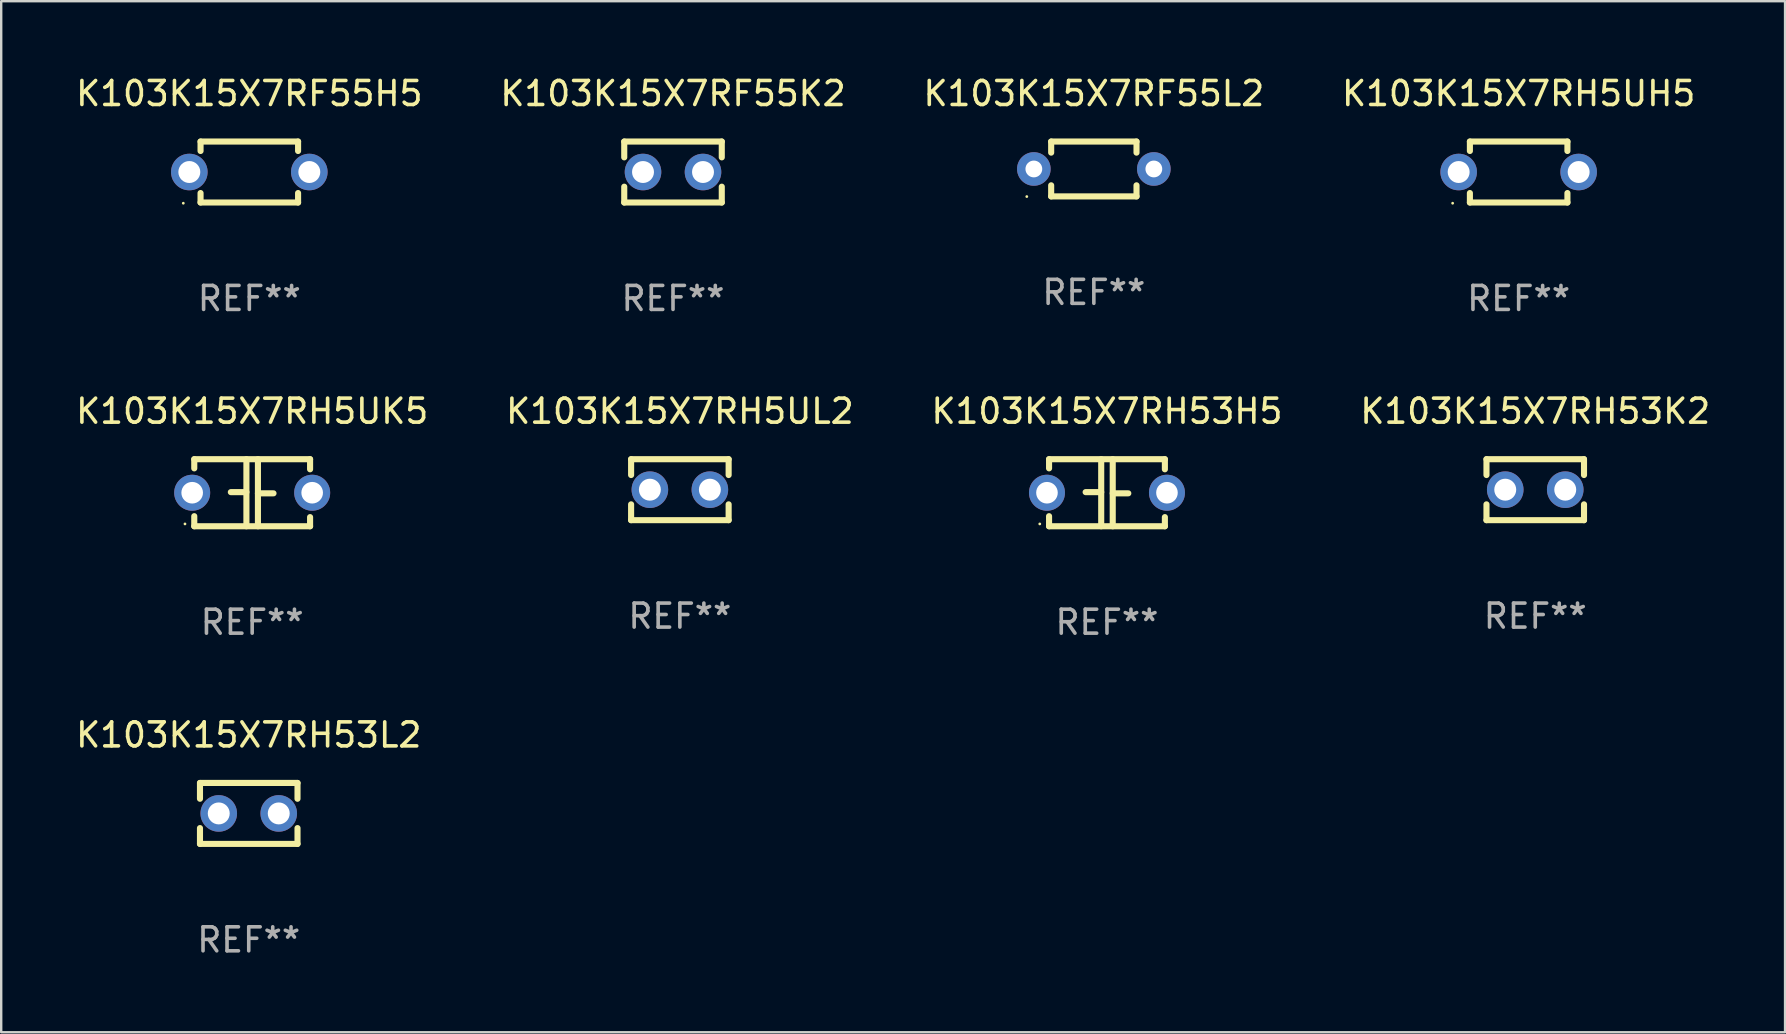
<source format=kicad_pcb>
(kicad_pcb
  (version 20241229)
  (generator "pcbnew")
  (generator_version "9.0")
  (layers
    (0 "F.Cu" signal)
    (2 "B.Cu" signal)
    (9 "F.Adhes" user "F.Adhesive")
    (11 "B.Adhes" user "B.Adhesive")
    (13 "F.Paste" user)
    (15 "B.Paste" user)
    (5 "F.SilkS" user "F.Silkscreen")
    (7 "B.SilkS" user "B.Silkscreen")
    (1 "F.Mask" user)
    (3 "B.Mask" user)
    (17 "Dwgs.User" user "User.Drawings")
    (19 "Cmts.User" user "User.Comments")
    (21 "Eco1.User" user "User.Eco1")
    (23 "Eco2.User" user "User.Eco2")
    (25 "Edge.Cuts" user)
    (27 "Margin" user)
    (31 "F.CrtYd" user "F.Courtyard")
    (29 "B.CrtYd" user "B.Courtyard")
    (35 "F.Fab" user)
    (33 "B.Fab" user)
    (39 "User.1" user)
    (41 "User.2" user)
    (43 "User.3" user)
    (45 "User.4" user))
  (footprint "K103K15X7RH5UH5"
    (layer "F.Cu")
    (at 60.232 4.118)
    (property "Reference" "K103K15X7RH5UH5" (at 0 -3.27 0) (layer "F.SilkS") (effects (font (size 1 1) (thickness 0.15))))
    (attr through_hole)
    (fp_line (start -2.032 -1.27) (end -2.032 -0.876) (stroke (width 0.254) (type solid)) (layer "F.SilkS"))
    (fp_line (start -2.032 0.876) (end -2.032 1.27) (stroke (width 0.254) (type solid)) (layer "F.SilkS"))
    (fp_line (start -2.032 1.27) (end 2.032 1.27) (stroke (width 0.254) (type solid)) (layer "F.SilkS"))
    (fp_line (start 2.032 -1.27) (end -2.032 -1.27) (stroke (width 0.254) (type solid)) (layer "F.SilkS"))
    (fp_line (start 2.032 -0.876) (end 2.032 -1.27) (stroke (width 0.254) (type solid)) (layer "F.SilkS"))
    (fp_line (start 2.032 1.27) (end 2.032 0.876) (stroke (width 0.254) (type solid)) (layer "F.SilkS"))
    (fp_circle (center -2.751 1.3) (end -2.721 1.3) (stroke (width 0.06) (type solid)) (fill no) (layer "F.SilkS"))
    (fp_text user "REF**" (at 0 5.27 0) (layer "F.Fab") (effects (font (size 1 1) (thickness 0.15))))
    (pad "1" thru_hole circle (at -2.5 0) (size 1.524 1.524) (drill 0.914) (layers "*.Cu" "*.Mask"))
    (pad "2" thru_hole circle (at 2.5 0) (size 1.524 1.524) (drill 0.914) (layers "*.Cu" "*.Mask")))
  (footprint "K103K15X7RF55K2"
    (layer "F.Cu")
    (at 24.994 4.118)
    (property "Reference" "K103K15X7RF55K2" (at 0 -3.27 0) (layer "F.SilkS") (effects (font (size 1 1) (thickness 0.15))))
    (attr through_hole)
    (fp_line (start -2.032 -1.27) (end -2.032 -0.611) (stroke (width 0.254) (type solid)) (layer "F.SilkS"))
    (fp_line (start -2.032 0.611) (end -2.032 1.27) (stroke (width 0.254) (type solid)) (layer "F.SilkS"))
    (fp_line (start -2.032 1.27) (end 2.032 1.27) (stroke (width 0.254) (type solid)) (layer "F.SilkS"))
    (fp_line (start 2.032 -1.27) (end -2.032 -1.27) (stroke (width 0.254) (type solid)) (layer "F.SilkS"))
    (fp_line (start 2.032 -0.611) (end 2.032 -1.27) (stroke (width 0.254) (type solid)) (layer "F.SilkS"))
    (fp_line (start 2.032 1.27) (end 2.032 0.611) (stroke (width 0.254) (type solid)) (layer "F.SilkS"))
    (fp_circle (center -2 1.3) (end -1.97 1.3) (stroke (width 0.06) (type solid)) (fill no) (layer "F.SilkS"))
    (fp_text user "REF**" (at 0 5.27 0) (layer "F.Fab") (effects (font (size 1 1) (thickness 0.15))))
    (pad "1" thru_hole circle (at -1.25 0) (size 1.524 1.524) (drill 0.914) (layers "*.Cu" "*.Mask"))
    (pad "2" thru_hole circle (at 1.25 0) (size 1.524 1.524) (drill 0.914) (layers "*.Cu" "*.Mask")))
  (footprint "K103K15X7RF55L2"
    (layer "F.Cu")
    (at 42.53 3.991)
    (property "Reference" "K103K15X7RF55L2" (at 0 -3.143 0) (layer "F.SilkS") (effects (font (size 1 1) (thickness 0.15))))
    (attr through_hole)
    (fp_line (start -1.778 -1.143) (end 1.778 -1.143) (stroke (width 0.254) (type solid)) (layer "F.SilkS"))
    (fp_line (start -1.778 -0.681) (end -1.778 -1.143) (stroke (width 0.254) (type solid)) (layer "F.SilkS"))
    (fp_line (start -1.778 1.143) (end -1.778 0.681) (stroke (width 0.254) (type solid)) (layer "F.SilkS"))
    (fp_line (start 1.778 -1.143) (end 1.778 -0.681) (stroke (width 0.254) (type solid)) (layer "F.SilkS"))
    (fp_line (start 1.778 0.681) (end 1.778 1.143) (stroke (width 0.254) (type solid)) (layer "F.SilkS"))
    (fp_line (start 1.778 1.143) (end -1.778 1.143) (stroke (width 0.254) (type solid)) (layer "F.SilkS"))
    (fp_circle (center -2.794 1.15) (end -2.764 1.15) (stroke (width 0.06) (type solid)) (fill no) (layer "F.SilkS"))
    (fp_text user "REF**" (at 0 5.143 0) (layer "F.Fab") (effects (font (size 1 1) (thickness 0.15))))
    (pad "1" thru_hole circle (at -2.5 0) (size 1.4 1.4) (drill 0.7) (layers "*.Cu" "*.Mask"))
    (pad "2" thru_hole circle (at 2.5 0) (size 1.4 1.4) (drill 0.7) (layers "*.Cu" "*.Mask")))
  (footprint "K103K15X7RH5UK5"
    (layer "F.Cu")
    (at 7.458 17.482)
    (property "Reference" "K103K15X7RH5UK5" (at 0 -3.397 0) (layer "F.SilkS") (effects (font (size 1 1) (thickness 0.15))))
    (attr through_hole)
    (fp_line (start -2.413 -1.397) (end 2.413 -1.397) (stroke (width 0.254) (type solid)) (layer "F.SilkS"))
    (fp_line (start -2.413 -1.016) (end -2.413 -1.397) (stroke (width 0.254) (type solid)) (layer "F.SilkS"))
    (fp_line (start -2.413 0.977) (end -2.413 1.397) (stroke (width 0.254) (type solid)) (layer "F.SilkS"))
    (fp_line (start -0.24 -0.025) (end -0.889 -0.025) (stroke (width 0.254) (type solid)) (layer "F.SilkS"))
    (fp_line (start -0.24 1.397) (end -0.24 -1.397) (stroke (width 0.254) (type solid)) (layer "F.SilkS"))
    (fp_line (start 0.24 -1.397) (end 0.24 1.397) (stroke (width 0.254) (type solid)) (layer "F.SilkS"))
    (fp_line (start 0.24 0.025) (end 0.889 0.025) (stroke (width 0.254) (type solid)) (layer "F.SilkS"))
    (fp_line (start 2.413 -0.977) (end 2.413 -1.397) (stroke (width 0.254) (type solid)) (layer "F.SilkS"))
    (fp_line (start 2.413 1.016) (end 2.413 1.397) (stroke (width 0.254) (type solid)) (layer "F.SilkS"))
    (fp_line (start 2.413 1.397) (end -2.413 1.397) (stroke (width 0.254) (type solid)) (layer "F.SilkS"))
    (fp_circle (center -2.8 1.3) (end -2.77 1.3) (stroke (width 0.06) (type solid)) (fill no) (layer "F.SilkS"))
    (fp_text user "REF**" (at 0 5.397 0) (layer "F.Fab") (effects (font (size 1 1) (thickness 0.15))))
    (pad "1" thru_hole circle (at -2.5 0) (size 1.5 1.5) (drill 0.9) (layers "*.Cu" "*.Mask"))
    (pad "2" thru_hole circle (at 2.5 0) (size 1.5 1.5) (drill 0.9) (layers "*.Cu" "*.Mask")))
  (footprint "K103K15X7RF55H5"
    (layer "F.Cu")
    (at 7.339 4.118)
    (property "Reference" "K103K15X7RF55H5" (at 0 -3.27 0) (layer "F.SilkS") (effects (font (size 1 1) (thickness 0.15))))
    (attr through_hole)
    (fp_line (start -2.032 -1.27) (end -2.032 -0.876) (stroke (width 0.254) (type solid)) (layer "F.SilkS"))
    (fp_line (start -2.032 0.876) (end -2.032 1.27) (stroke (width 0.254) (type solid)) (layer "F.SilkS"))
    (fp_line (start -2.032 1.27) (end 2.032 1.27) (stroke (width 0.254) (type solid)) (layer "F.SilkS"))
    (fp_line (start 2.032 -1.27) (end -2.032 -1.27) (stroke (width 0.254) (type solid)) (layer "F.SilkS"))
    (fp_line (start 2.032 -0.876) (end 2.032 -1.27) (stroke (width 0.254) (type solid)) (layer "F.SilkS"))
    (fp_line (start 2.032 1.27) (end 2.032 0.876) (stroke (width 0.254) (type solid)) (layer "F.SilkS"))
    (fp_circle (center -2.751 1.3) (end -2.721 1.3) (stroke (width 0.06) (type solid)) (fill no) (layer "F.SilkS"))
    (fp_text user "REF**" (at 0 5.27 0) (layer "F.Fab") (effects (font (size 1 1) (thickness 0.15))))
    (pad "1" thru_hole circle (at -2.5 0) (size 1.524 1.524) (drill 0.914) (layers "*.Cu" "*.Mask"))
    (pad "2" thru_hole circle (at 2.5 0) (size 1.524 1.524) (drill 0.914) (layers "*.Cu" "*.Mask")))
  (footprint "K103K15X7RH53L2"
    (layer "F.Cu")
    (at 7.315 30.845)
    (property "Reference" "K103K15X7RH53L2" (at 0 -3.27 0) (layer "F.SilkS") (effects (font (size 1 1) (thickness 0.15))))
    (attr through_hole)
    (fp_line (start -2.032 -1.27) (end -2.032 -0.611) (stroke (width 0.254) (type solid)) (layer "F.SilkS"))
    (fp_line (start -2.032 0.611) (end -2.032 1.27) (stroke (width 0.254) (type solid)) (layer "F.SilkS"))
    (fp_line (start -2.032 1.27) (end 2.032 1.27) (stroke (width 0.254) (type solid)) (layer "F.SilkS"))
    (fp_line (start 2.032 -1.27) (end -2.032 -1.27) (stroke (width 0.254) (type solid)) (layer "F.SilkS"))
    (fp_line (start 2.032 -0.611) (end 2.032 -1.27) (stroke (width 0.254) (type solid)) (layer "F.SilkS"))
    (fp_line (start 2.032 1.27) (end 2.032 0.611) (stroke (width 0.254) (type solid)) (layer "F.SilkS"))
    (fp_circle (center -2 1.3) (end -1.97 1.3) (stroke (width 0.06) (type solid)) (fill no) (layer "F.SilkS"))
    (fp_text user "REF**" (at 0 5.27 0) (layer "F.Fab") (effects (font (size 1 1) (thickness 0.15))))
    (pad "1" thru_hole circle (at -1.25 0) (size 1.524 1.524) (drill 0.914) (layers "*.Cu" "*.Mask"))
    (pad "2" thru_hole circle (at 1.25 0) (size 1.524 1.524) (drill 0.914) (layers "*.Cu" "*.Mask")))
  (footprint "K103K15X7RH53K2"
    (layer "F.Cu")
    (at 60.923 17.355)
    (property "Reference" "K103K15X7RH53K2" (at 0 -3.27 0) (layer "F.SilkS") (effects (font (size 1 1) (thickness 0.15))))
    (attr through_hole)
    (fp_line (start -2.032 -1.27) (end -2.032 -0.611) (stroke (width 0.254) (type solid)) (layer "F.SilkS"))
    (fp_line (start -2.032 0.611) (end -2.032 1.27) (stroke (width 0.254) (type solid)) (layer "F.SilkS"))
    (fp_line (start -2.032 1.27) (end 2.032 1.27) (stroke (width 0.254) (type solid)) (layer "F.SilkS"))
    (fp_line (start 2.032 -1.27) (end -2.032 -1.27) (stroke (width 0.254) (type solid)) (layer "F.SilkS"))
    (fp_line (start 2.032 -0.611) (end 2.032 -1.27) (stroke (width 0.254) (type solid)) (layer "F.SilkS"))
    (fp_line (start 2.032 1.27) (end 2.032 0.611) (stroke (width 0.254) (type solid)) (layer "F.SilkS"))
    (fp_circle (center -2 1.3) (end -1.97 1.3) (stroke (width 0.06) (type solid)) (fill no) (layer "F.SilkS"))
    (fp_text user "REF**" (at 0 5.27 0) (layer "F.Fab") (effects (font (size 1 1) (thickness 0.15))))
    (pad "1" thru_hole circle (at -1.25 0) (size 1.524 1.524) (drill 0.914) (layers "*.Cu" "*.Mask"))
    (pad "2" thru_hole circle (at 1.25 0) (size 1.524 1.524) (drill 0.914) (layers "*.Cu" "*.Mask")))
  (footprint "K103K15X7RH53H5"
    (layer "F.Cu")
    (at 43.077 17.482)
    (property "Reference" "K103K15X7RH53H5" (at 0 -3.397 0) (layer "F.SilkS") (effects (font (size 1 1) (thickness 0.15))))
    (attr through_hole)
    (fp_line (start -2.413 -1.397) (end 2.413 -1.397) (stroke (width 0.254) (type solid)) (layer "F.SilkS"))
    (fp_line (start -2.413 -1.016) (end -2.413 -1.397) (stroke (width 0.254) (type solid)) (layer "F.SilkS"))
    (fp_line (start -2.413 0.977) (end -2.413 1.397) (stroke (width 0.254) (type solid)) (layer "F.SilkS"))
    (fp_line (start -0.24 -0.025) (end -0.889 -0.025) (stroke (width 0.254) (type solid)) (layer "F.SilkS"))
    (fp_line (start -0.24 1.397) (end -0.24 -1.397) (stroke (width 0.254) (type solid)) (layer "F.SilkS"))
    (fp_line (start 0.24 -1.397) (end 0.24 1.397) (stroke (width 0.254) (type solid)) (layer "F.SilkS"))
    (fp_line (start 0.24 0.025) (end 0.889 0.025) (stroke (width 0.254) (type solid)) (layer "F.SilkS"))
    (fp_line (start 2.413 -0.977) (end 2.413 -1.397) (stroke (width 0.254) (type solid)) (layer "F.SilkS"))
    (fp_line (start 2.413 1.016) (end 2.413 1.397) (stroke (width 0.254) (type solid)) (layer "F.SilkS"))
    (fp_line (start 2.413 1.397) (end -2.413 1.397) (stroke (width 0.254) (type solid)) (layer "F.SilkS"))
    (fp_circle (center -2.8 1.3) (end -2.77 1.3) (stroke (width 0.06) (type solid)) (fill no) (layer "F.SilkS"))
    (fp_text user "REF**" (at 0 5.397 0) (layer "F.Fab") (effects (font (size 1 1) (thickness 0.15))))
    (pad "1" thru_hole circle (at -2.5 0) (size 1.5 1.5) (drill 0.9) (layers "*.Cu" "*.Mask"))
    (pad "2" thru_hole circle (at 2.5 0) (size 1.5 1.5) (drill 0.9) (layers "*.Cu" "*.Mask")))
  (footprint "K103K15X7RH5UL2"
    (layer "F.Cu")
    (at 25.28 17.355)
    (property "Reference" "K103K15X7RH5UL2" (at 0 -3.27 0) (layer "F.SilkS") (effects (font (size 1 1) (thickness 0.15))))
    (attr through_hole)
    (fp_line (start -2.032 -1.27) (end -2.032 -0.611) (stroke (width 0.254) (type solid)) (layer "F.SilkS"))
    (fp_line (start -2.032 0.611) (end -2.032 1.27) (stroke (width 0.254) (type solid)) (layer "F.SilkS"))
    (fp_line (start -2.032 1.27) (end 2.032 1.27) (stroke (width 0.254) (type solid)) (layer "F.SilkS"))
    (fp_line (start 2.032 -1.27) (end -2.032 -1.27) (stroke (width 0.254) (type solid)) (layer "F.SilkS"))
    (fp_line (start 2.032 -0.611) (end 2.032 -1.27) (stroke (width 0.254) (type solid)) (layer "F.SilkS"))
    (fp_line (start 2.032 1.27) (end 2.032 0.611) (stroke (width 0.254) (type solid)) (layer "F.SilkS"))
    (fp_circle (center -2 1.3) (end -1.97 1.3) (stroke (width 0.06) (type solid)) (fill no) (layer "F.SilkS"))
    (fp_text user "REF**" (at 0 5.27 0) (layer "F.Fab") (effects (font (size 1 1) (thickness 0.15))))
    (pad "1" thru_hole circle (at -1.25 0) (size 1.524 1.524) (drill 0.914) (layers "*.Cu" "*.Mask"))
    (pad "2" thru_hole circle (at 1.25 0) (size 1.524 1.524) (drill 0.914) (layers "*.Cu" "*.Mask")))
  (gr_rect
    (start -3 -3)
    (end 71.333 39.964)
    (stroke (width 0.1) (type default))
    (fill no)
    (layer "Edge.Cuts")))
</source>
